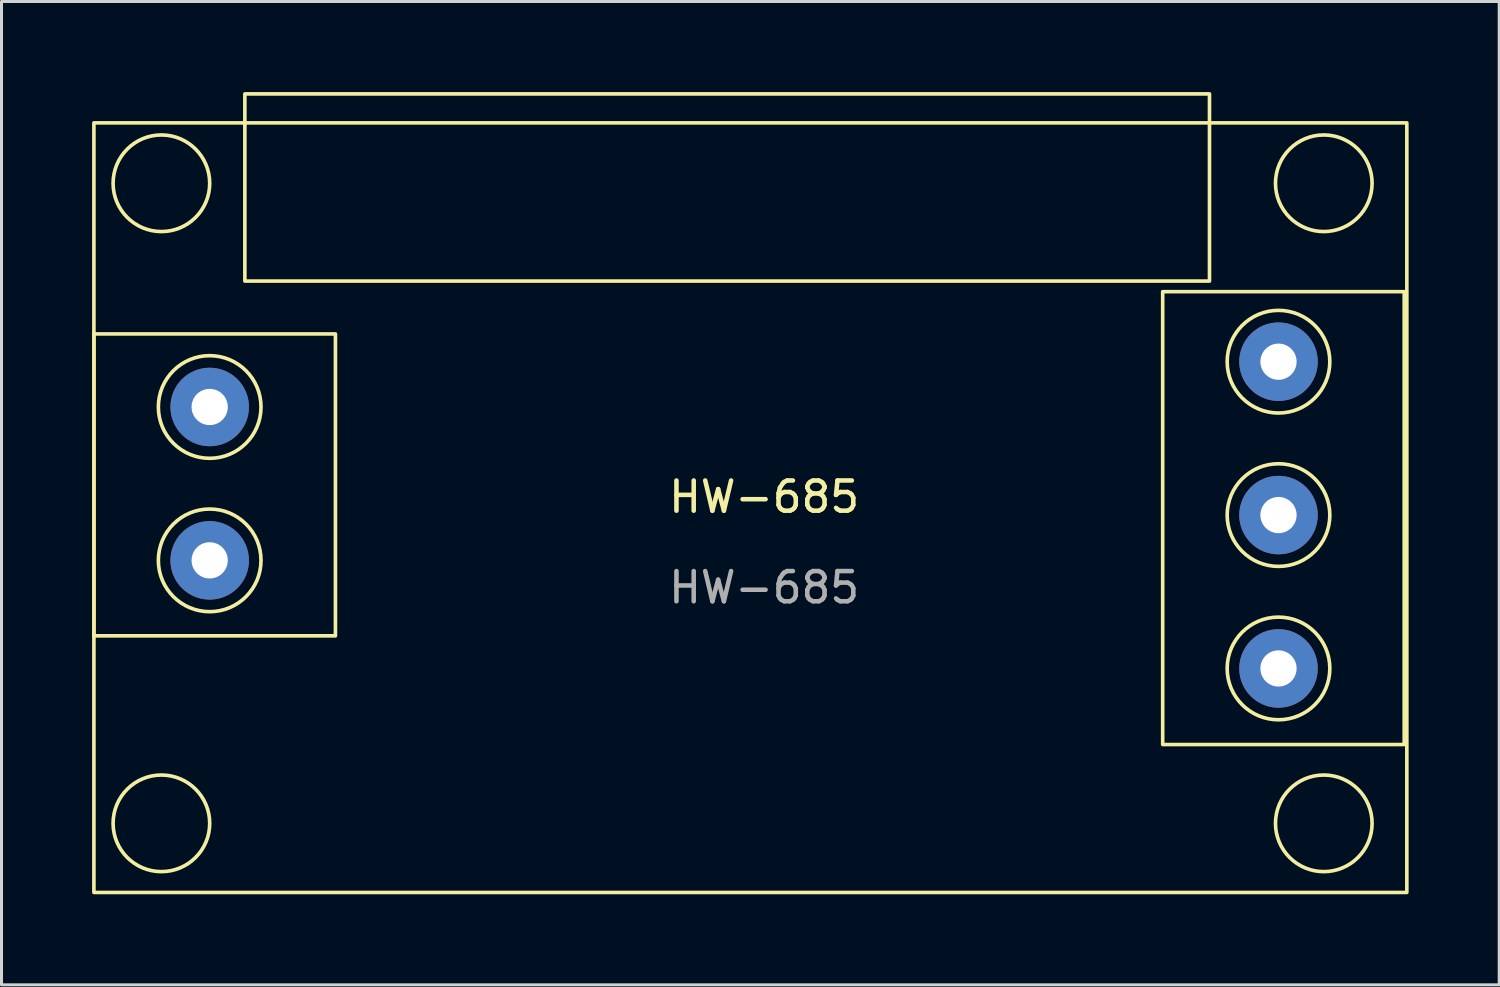
<source format=kicad_pcb>
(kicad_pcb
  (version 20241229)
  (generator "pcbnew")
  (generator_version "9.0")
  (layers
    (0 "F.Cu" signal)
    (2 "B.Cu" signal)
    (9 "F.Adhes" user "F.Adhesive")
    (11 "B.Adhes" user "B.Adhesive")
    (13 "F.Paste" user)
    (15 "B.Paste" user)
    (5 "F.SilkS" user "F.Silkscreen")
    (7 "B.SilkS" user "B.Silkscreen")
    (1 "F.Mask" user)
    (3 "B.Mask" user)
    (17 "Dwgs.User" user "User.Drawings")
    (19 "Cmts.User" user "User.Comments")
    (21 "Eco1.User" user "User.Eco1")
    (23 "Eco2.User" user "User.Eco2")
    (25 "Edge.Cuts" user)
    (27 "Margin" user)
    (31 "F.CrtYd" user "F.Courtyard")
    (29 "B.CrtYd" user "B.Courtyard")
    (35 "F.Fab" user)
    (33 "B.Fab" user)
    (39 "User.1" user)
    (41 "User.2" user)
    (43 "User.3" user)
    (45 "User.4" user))
  (footprint "HW-685"
    (layer "F.Cu")
    (at 22.26 13.91)
    (property "Reference" "HW-685" (at 0 -0.5 0) (unlocked yes) (layer "F.SilkS") (effects (font (size 1 1) (thickness 0.15))))
    (attr through_hole)
    (fp_rect (start -22.2 12.6) (end 21.286 -12.89) (stroke (width 0.12) (type solid)) (fill no) (layer "F.SilkS"))
    (fp_rect (start -14.2 -5.9) (end -22.2 4.1) (stroke (width 0.12) (type solid)) (fill no) (layer "F.SilkS"))
    (fp_rect (start 14.75 -13.85) (end -17.2 -7.65) (stroke (width 0.12) (type solid)) (fill no) (layer "F.SilkS"))
    (fp_rect (start 21.2 -7.3) (end 13.2 7.7) (stroke (width 0.12) (type solid)) (fill no) (layer "F.SilkS"))
    (fp_circle (center -19.964 -10.89) (end -18.364 -10.89) (stroke (width 0.12) (type solid)) (fill no) (layer "F.SilkS"))
    (fp_circle (center -19.964 10.31) (end -18.364 10.31) (stroke (width 0.12) (type solid)) (fill no) (layer "F.SilkS"))
    (fp_circle (center -18.365 -3.48) (end -16.665 -3.48) (stroke (width 0.12) (type solid)) (fill no) (layer "F.SilkS"))
    (fp_circle (center -18.365 1.6) (end -16.665 1.6) (stroke (width 0.12) (type solid)) (fill no) (layer "F.SilkS"))
    (fp_circle (center 17.036 -4.98) (end 18.736 -4.98) (stroke (width 0.12) (type solid)) (fill no) (layer "F.SilkS"))
    (fp_circle (center 17.036 0.1) (end 18.736 0.1) (stroke (width 0.12) (type solid)) (fill no) (layer "F.SilkS"))
    (fp_circle (center 17.036 5.18) (end 18.736 5.18) (stroke (width 0.12) (type solid)) (fill no) (layer "F.SilkS"))
    (fp_circle (center 18.536 -10.89) (end 20.136 -10.89) (stroke (width 0.12) (type solid)) (fill no) (layer "F.SilkS"))
    (fp_circle (center 18.536 10.31) (end 20.136 10.31) (stroke (width 0.12) (type solid)) (fill no) (layer "F.SilkS"))
    (fp_text user "${REFERENCE}" (at 0 2.5 0) (unlocked yes) (layer "F.Fab") (effects (font (size 1 1) (thickness 0.15))))
    (pad "1" thru_hole circle (at 17.036 5.18) (size 2.6 2.6) (drill 1.2) (layers "*.Cu" "*.Mask"))
    (pad "2" thru_hole circle (at 17.036 0.1) (size 2.6 2.6) (drill 1.2) (layers "*.Cu" "*.Mask"))
    (pad "3" thru_hole circle (at 17.036 -4.98) (size 2.6 2.6) (drill 1.2) (layers "*.Cu" "*.Mask"))
    (pad "4" thru_hole circle (at -18.365 -3.48) (size 2.6 2.6) (drill 1.2) (layers "*.Cu" "*.Mask"))
    (pad "5" thru_hole circle (at -18.365 1.6) (size 2.6 2.6) (drill 1.2) (layers "*.Cu" "*.Mask")))
  (gr_rect
    (start -3 -3)
    (end 46.606 29.57)
    (stroke (width 0.1) (type default))
    (fill no)
    (layer "Edge.Cuts")))
</source>
